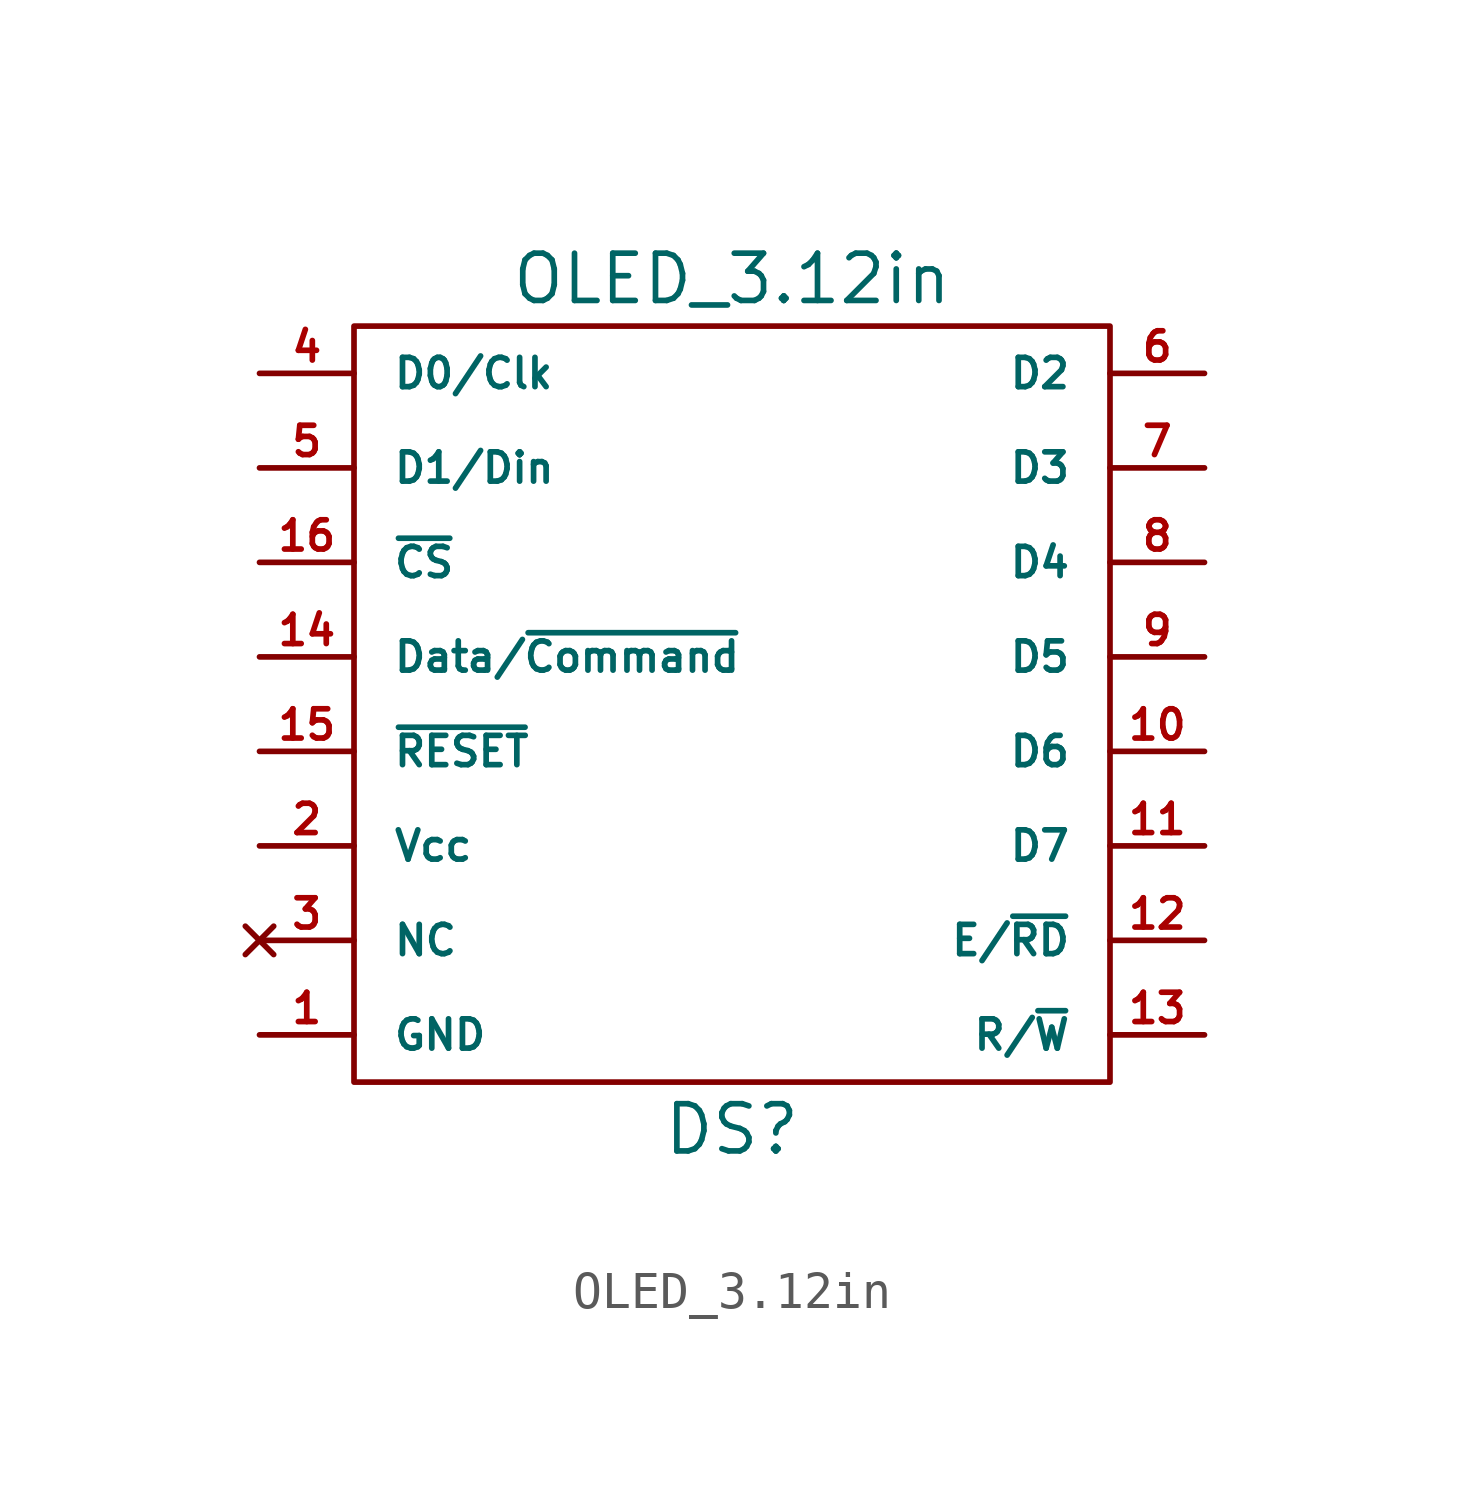
<source format=kicad_sym>
(kicad_symbol_lib
  (version 20220914)
  (generator kicad_symbol_editor)
  (symbol "OLED_3.12in"
    (pin_names
      (offset 1.016))
    (property "Reference" "DS"
      (at 0 -11.43 0)
      (effects (font (size 1.27 1.27))))
    (property "Value" "OLED_3.12in"
      (at 0 11.43 0)
      (effects (font (size 1.27 1.27))))
    (symbol "OLED_3.12in_0_1"
      (rectangle (start -10.16 10.16) (end 10.16 -10.16) (stroke (width 0) (type default)) (fill (type none))))
    (symbol "OLED_3.12in_1_1"
      (pin power_in line (at -12.7 -8.89 0) (length 2.54) (name "GND" (effects (font (size 0.787 0.787)))) (number "1" (effects (font (size 0.787 0.787)))))
      (pin input line (at 12.7 -1.27 180) (length 2.54) (name "D6" (effects (font (size 0.787 0.787)))) (number "10" (effects (font (size 0.787 0.787)))))
      (pin input line (at 12.7 -3.81 180) (length 2.54) (name "D7" (effects (font (size 0.787 0.787)))) (number "11" (effects (font (size 0.787 0.787)))))
      (pin input line (at 12.7 -6.35 180) (length 2.54) (name "E/~{RD}" (effects (font (size 0.787 0.787)))) (number "12" (effects (font (size 0.787 0.787)))))
      (pin input line (at 12.7 -8.89 180) (length 2.54) (name "R/~{W}" (effects (font (size 0.787 0.787)))) (number "13" (effects (font (size 0.787 0.787)))))
      (pin input line (at -12.7 1.27 0) (length 2.54) (name "Data/~{Command}" (effects (font (size 0.787 0.787)))) (number "14" (effects (font (size 0.787 0.787)))))
      (pin input line (at -12.7 -1.27 0) (length 2.54) (name "~{RESET}" (effects (font (size 0.787 0.787)))) (number "15" (effects (font (size 0.787 0.787)))))
      (pin input line (at -12.7 3.81 0) (length 2.54) (name "~{CS}" (effects (font (size 0.787 0.787)))) (number "16" (effects (font (size 0.787 0.787)))))
      (pin power_in line (at -12.7 -3.81 0) (length 2.54) (name "Vcc" (effects (font (size 0.787 0.787)))) (number "2" (effects (font (size 0.787 0.787)))))
      (pin no_connect line (at -12.7 -6.35 0) (length 2.54) (name "NC" (effects (font (size 0.787 0.787)))) (number "3" (effects (font (size 0.787 0.787)))))
      (pin input line (at -12.7 8.89 0) (length 2.54) (name "D0/Clk" (effects (font (size 0.787 0.787)))) (number "4" (effects (font (size 0.787 0.787)))))
      (pin input line (at -12.7 6.35 0) (length 2.54) (name "D1/Din" (effects (font (size 0.787 0.787)))) (number "5" (effects (font (size 0.787 0.787)))))
      (pin input line (at 12.7 8.89 180) (length 2.54) (name "D2" (effects (font (size 0.787 0.787)))) (number "6" (effects (font (size 0.787 0.787)))))
      (pin input line (at 12.7 6.35 180) (length 2.54) (name "D3" (effects (font (size 0.787 0.787)))) (number "7" (effects (font (size 0.787 0.787)))))
      (pin input line (at 12.7 3.81 180) (length 2.54) (name "D4" (effects (font (size 0.787 0.787)))) (number "8" (effects (font (size 0.787 0.787)))))
      (pin input line (at 12.7 1.27 180) (length 2.54) (name "D5" (effects (font (size 0.787 0.787)))) (number "9" (effects (font (size 0.787 0.787))))))))
</source>
